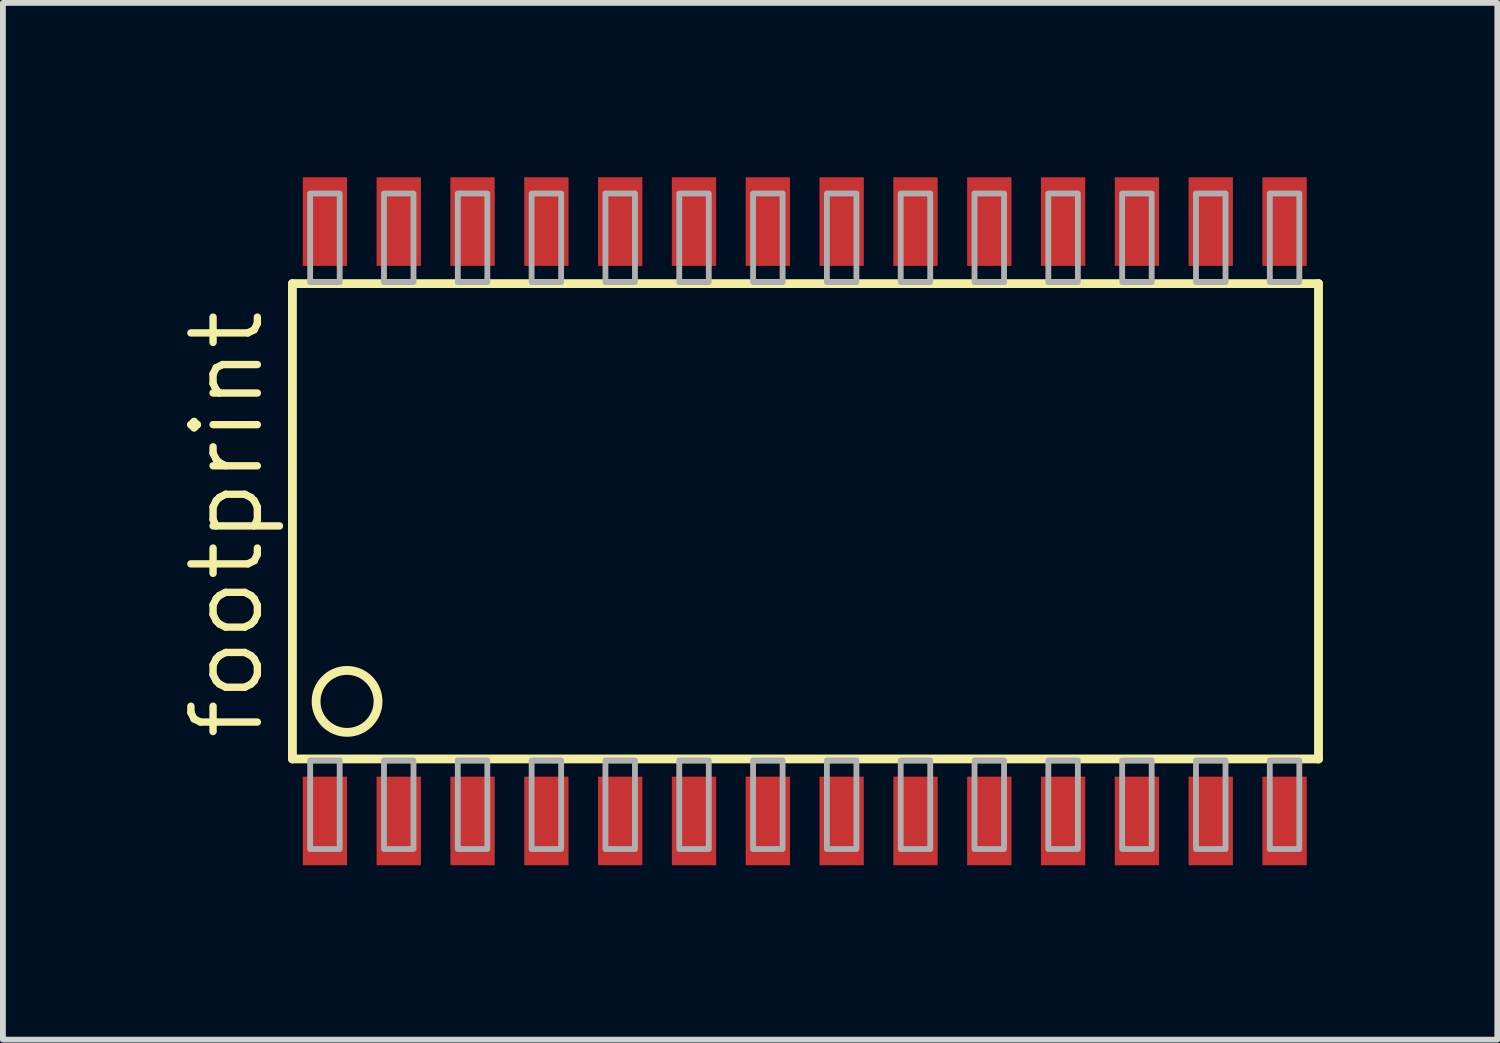
<source format=kicad_pcb>
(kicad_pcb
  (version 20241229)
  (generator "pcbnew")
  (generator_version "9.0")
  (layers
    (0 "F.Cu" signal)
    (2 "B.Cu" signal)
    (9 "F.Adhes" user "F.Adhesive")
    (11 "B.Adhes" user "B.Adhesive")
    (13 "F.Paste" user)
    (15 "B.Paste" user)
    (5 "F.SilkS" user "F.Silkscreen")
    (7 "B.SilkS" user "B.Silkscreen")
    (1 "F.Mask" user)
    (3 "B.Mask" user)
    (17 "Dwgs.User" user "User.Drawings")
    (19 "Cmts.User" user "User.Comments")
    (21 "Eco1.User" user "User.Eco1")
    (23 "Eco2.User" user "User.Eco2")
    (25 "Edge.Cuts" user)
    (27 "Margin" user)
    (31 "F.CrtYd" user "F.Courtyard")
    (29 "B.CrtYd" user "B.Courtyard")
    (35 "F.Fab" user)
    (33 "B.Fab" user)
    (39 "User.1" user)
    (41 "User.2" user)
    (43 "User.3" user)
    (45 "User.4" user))
  (footprint "footprint"
    (layer "F.Cu")
    (at 10.795 5.918)
    (property "Reference" "footprint" (at -9.271 3.81 90) (layer "F.SilkS") (effects (font (size 1.143 1.143) (thickness 0.127)) (justify left bottom)))
    (fp_line (start -8.814 -4.089) (end -8.814 4.089) (stroke (width 0.152) (type solid)) (layer "F.SilkS"))
    (fp_line (start -8.814 4.089) (end 8.839 4.089) (stroke (width 0.152) (type solid)) (layer "F.SilkS"))
    (fp_line (start 8.839 -4.089) (end -8.814 -4.089) (stroke (width 0.152) (type solid)) (layer "F.SilkS"))
    (fp_line (start 8.839 4.089) (end 8.839 -4.089) (stroke (width 0.152) (type solid)) (layer "F.SilkS"))
    (fp_circle (center -7.874 3.099) (end -7.341 3.099) (stroke (width 0.152) (type solid)) (fill no) (layer "F.SilkS"))
    (fp_poly (pts (xy -8.509 -4.115) (xy -8.001 -4.115) (xy -8.001 -5.639) (xy -8.509 -5.639)) (stroke (width 0.1) (type solid)) (fill no) (layer "F.Fab"))
    (fp_poly (pts (xy -8.509 5.639) (xy -8.001 5.639) (xy -8.001 4.115) (xy -8.509 4.115)) (stroke (width 0.1) (type solid)) (fill no) (layer "F.Fab"))
    (fp_poly (pts (xy -7.239 -4.115) (xy -6.731 -4.115) (xy -6.731 -5.639) (xy -7.239 -5.639)) (stroke (width 0.1) (type solid)) (fill no) (layer "F.Fab"))
    (fp_poly (pts (xy -7.239 5.639) (xy -6.731 5.639) (xy -6.731 4.115) (xy -7.239 4.115)) (stroke (width 0.1) (type solid)) (fill no) (layer "F.Fab"))
    (fp_poly (pts (xy -5.969 -4.115) (xy -5.461 -4.115) (xy -5.461 -5.639) (xy -5.969 -5.639)) (stroke (width 0.1) (type solid)) (fill no) (layer "F.Fab"))
    (fp_poly (pts (xy -5.969 5.639) (xy -5.461 5.639) (xy -5.461 4.115) (xy -5.969 4.115)) (stroke (width 0.1) (type solid)) (fill no) (layer "F.Fab"))
    (fp_poly (pts (xy -4.699 -4.115) (xy -4.191 -4.115) (xy -4.191 -5.639) (xy -4.699 -5.639)) (stroke (width 0.1) (type solid)) (fill no) (layer "F.Fab"))
    (fp_poly (pts (xy -4.699 5.639) (xy -4.191 5.639) (xy -4.191 4.115) (xy -4.699 4.115)) (stroke (width 0.1) (type solid)) (fill no) (layer "F.Fab"))
    (fp_poly (pts (xy -3.429 -4.115) (xy -2.921 -4.115) (xy -2.921 -5.639) (xy -3.429 -5.639)) (stroke (width 0.1) (type solid)) (fill no) (layer "F.Fab"))
    (fp_poly (pts (xy -3.429 5.639) (xy -2.921 5.639) (xy -2.921 4.115) (xy -3.429 4.115)) (stroke (width 0.1) (type solid)) (fill no) (layer "F.Fab"))
    (fp_poly (pts (xy -2.159 -4.115) (xy -1.651 -4.115) (xy -1.651 -5.639) (xy -2.159 -5.639)) (stroke (width 0.1) (type solid)) (fill no) (layer "F.Fab"))
    (fp_poly (pts (xy -2.159 5.639) (xy -1.651 5.639) (xy -1.651 4.115) (xy -2.159 4.115)) (stroke (width 0.1) (type solid)) (fill no) (layer "F.Fab"))
    (fp_poly (pts (xy -0.889 -4.115) (xy -0.381 -4.115) (xy -0.381 -5.639) (xy -0.889 -5.639)) (stroke (width 0.1) (type solid)) (fill no) (layer "F.Fab"))
    (fp_poly (pts (xy -0.889 5.639) (xy -0.381 5.639) (xy -0.381 4.115) (xy -0.889 4.115)) (stroke (width 0.1) (type solid)) (fill no) (layer "F.Fab"))
    (fp_poly (pts (xy 0.381 -4.115) (xy 0.889 -4.115) (xy 0.889 -5.639) (xy 0.381 -5.639)) (stroke (width 0.1) (type solid)) (fill no) (layer "F.Fab"))
    (fp_poly (pts (xy 0.381 5.639) (xy 0.889 5.639) (xy 0.889 4.115) (xy 0.381 4.115)) (stroke (width 0.1) (type solid)) (fill no) (layer "F.Fab"))
    (fp_poly (pts (xy 1.651 -4.115) (xy 2.159 -4.115) (xy 2.159 -5.639) (xy 1.651 -5.639)) (stroke (width 0.1) (type solid)) (fill no) (layer "F.Fab"))
    (fp_poly (pts (xy 1.651 5.639) (xy 2.159 5.639) (xy 2.159 4.115) (xy 1.651 4.115)) (stroke (width 0.1) (type solid)) (fill no) (layer "F.Fab"))
    (fp_poly (pts (xy 2.921 -4.115) (xy 3.429 -4.115) (xy 3.429 -5.639) (xy 2.921 -5.639)) (stroke (width 0.1) (type solid)) (fill no) (layer "F.Fab"))
    (fp_poly (pts (xy 2.921 5.639) (xy 3.429 5.639) (xy 3.429 4.115) (xy 2.921 4.115)) (stroke (width 0.1) (type solid)) (fill no) (layer "F.Fab"))
    (fp_poly (pts (xy 4.191 -4.115) (xy 4.699 -4.115) (xy 4.699 -5.639) (xy 4.191 -5.639)) (stroke (width 0.1) (type solid)) (fill no) (layer "F.Fab"))
    (fp_poly (pts (xy 4.191 5.639) (xy 4.699 5.639) (xy 4.699 4.115) (xy 4.191 4.115)) (stroke (width 0.1) (type solid)) (fill no) (layer "F.Fab"))
    (fp_poly (pts (xy 5.461 -4.115) (xy 5.969 -4.115) (xy 5.969 -5.639) (xy 5.461 -5.639)) (stroke (width 0.1) (type solid)) (fill no) (layer "F.Fab"))
    (fp_poly (pts (xy 5.461 5.639) (xy 5.969 5.639) (xy 5.969 4.115) (xy 5.461 4.115)) (stroke (width 0.1) (type solid)) (fill no) (layer "F.Fab"))
    (fp_poly (pts (xy 6.731 -4.115) (xy 7.239 -4.115) (xy 7.239 -5.639) (xy 6.731 -5.639)) (stroke (width 0.1) (type solid)) (fill no) (layer "F.Fab"))
    (fp_poly (pts (xy 6.731 5.639) (xy 7.239 5.639) (xy 7.239 4.115) (xy 6.731 4.115)) (stroke (width 0.1) (type solid)) (fill no) (layer "F.Fab"))
    (fp_poly (pts (xy 8.001 -4.115) (xy 8.509 -4.115) (xy 8.509 -5.639) (xy 8.001 -5.639)) (stroke (width 0.1) (type solid)) (fill no) (layer "F.Fab"))
    (fp_poly (pts (xy 8.001 5.639) (xy 8.509 5.639) (xy 8.509 4.115) (xy 8.001 4.115)) (stroke (width 0.1) (type solid)) (fill no) (layer "F.Fab"))
    (pad "1" smd rect (at -8.255 5.156) (size 0.762 1.524) (layers "F.Cu" "F.Mask" "F.Paste"))
    (pad "2" smd rect (at -6.985 5.156) (size 0.762 1.524) (layers "F.Cu" "F.Mask" "F.Paste"))
    (pad "3" smd rect (at -5.715 5.156) (size 0.762 1.524) (layers "F.Cu" "F.Mask" "F.Paste"))
    (pad "4" smd rect (at -4.445 5.156) (size 0.762 1.524) (layers "F.Cu" "F.Mask" "F.Paste"))
    (pad "5" smd rect (at -3.175 5.156) (size 0.762 1.524) (layers "F.Cu" "F.Mask" "F.Paste"))
    (pad "6" smd rect (at -1.905 5.156) (size 0.762 1.524) (layers "F.Cu" "F.Mask" "F.Paste"))
    (pad "7" smd rect (at -0.635 5.156) (size 0.762 1.524) (layers "F.Cu" "F.Mask" "F.Paste"))
    (pad "8" smd rect (at 0.635 5.156) (size 0.762 1.524) (layers "F.Cu" "F.Mask" "F.Paste"))
    (pad "9" smd rect (at 1.905 5.156) (size 0.762 1.524) (layers "F.Cu" "F.Mask" "F.Paste"))
    (pad "10" smd rect (at 3.175 5.156) (size 0.762 1.524) (layers "F.Cu" "F.Mask" "F.Paste"))
    (pad "11" smd rect (at 4.445 5.156) (size 0.762 1.524) (layers "F.Cu" "F.Mask" "F.Paste"))
    (pad "12" smd rect (at 5.715 5.156) (size 0.762 1.524) (layers "F.Cu" "F.Mask" "F.Paste"))
    (pad "13" smd rect (at 6.985 5.156) (size 0.762 1.524) (layers "F.Cu" "F.Mask" "F.Paste"))
    (pad "14" smd rect (at 8.255 5.156) (size 0.762 1.524) (layers "F.Cu" "F.Mask" "F.Paste"))
    (pad "15" smd rect (at 8.255 -5.156) (size 0.762 1.524) (layers "F.Cu" "F.Mask" "F.Paste"))
    (pad "16" smd rect (at 6.985 -5.156) (size 0.762 1.524) (layers "F.Cu" "F.Mask" "F.Paste"))
    (pad "17" smd rect (at 5.715 -5.156) (size 0.762 1.524) (layers "F.Cu" "F.Mask" "F.Paste"))
    (pad "18" smd rect (at 4.445 -5.156) (size 0.762 1.524) (layers "F.Cu" "F.Mask" "F.Paste"))
    (pad "19" smd rect (at 3.175 -5.156) (size 0.762 1.524) (layers "F.Cu" "F.Mask" "F.Paste"))
    (pad "20" smd rect (at 1.905 -5.156) (size 0.762 1.524) (layers "F.Cu" "F.Mask" "F.Paste"))
    (pad "21" smd rect (at 0.635 -5.156) (size 0.762 1.524) (layers "F.Cu" "F.Mask" "F.Paste"))
    (pad "22" smd rect (at -0.635 -5.156) (size 0.762 1.524) (layers "F.Cu" "F.Mask" "F.Paste"))
    (pad "23" smd rect (at -1.905 -5.156) (size 0.762 1.524) (layers "F.Cu" "F.Mask" "F.Paste"))
    (pad "24" smd rect (at -3.175 -5.156) (size 0.762 1.524) (layers "F.Cu" "F.Mask" "F.Paste"))
    (pad "25" smd rect (at -4.445 -5.156) (size 0.762 1.524) (layers "F.Cu" "F.Mask" "F.Paste"))
    (pad "26" smd rect (at -5.715 -5.156) (size 0.762 1.524) (layers "F.Cu" "F.Mask" "F.Paste"))
    (pad "27" smd rect (at -6.985 -5.156) (size 0.762 1.524) (layers "F.Cu" "F.Mask" "F.Paste"))
    (pad "28" smd rect (at -8.255 -5.156) (size 0.762 1.524) (layers "F.Cu" "F.Mask" "F.Paste")))
  (gr_rect
    (start -3 -3)
    (end 22.71 14.836)
    (stroke (width 0.1) (type default))
    (fill no)
    (layer "Edge.Cuts")))
</source>
